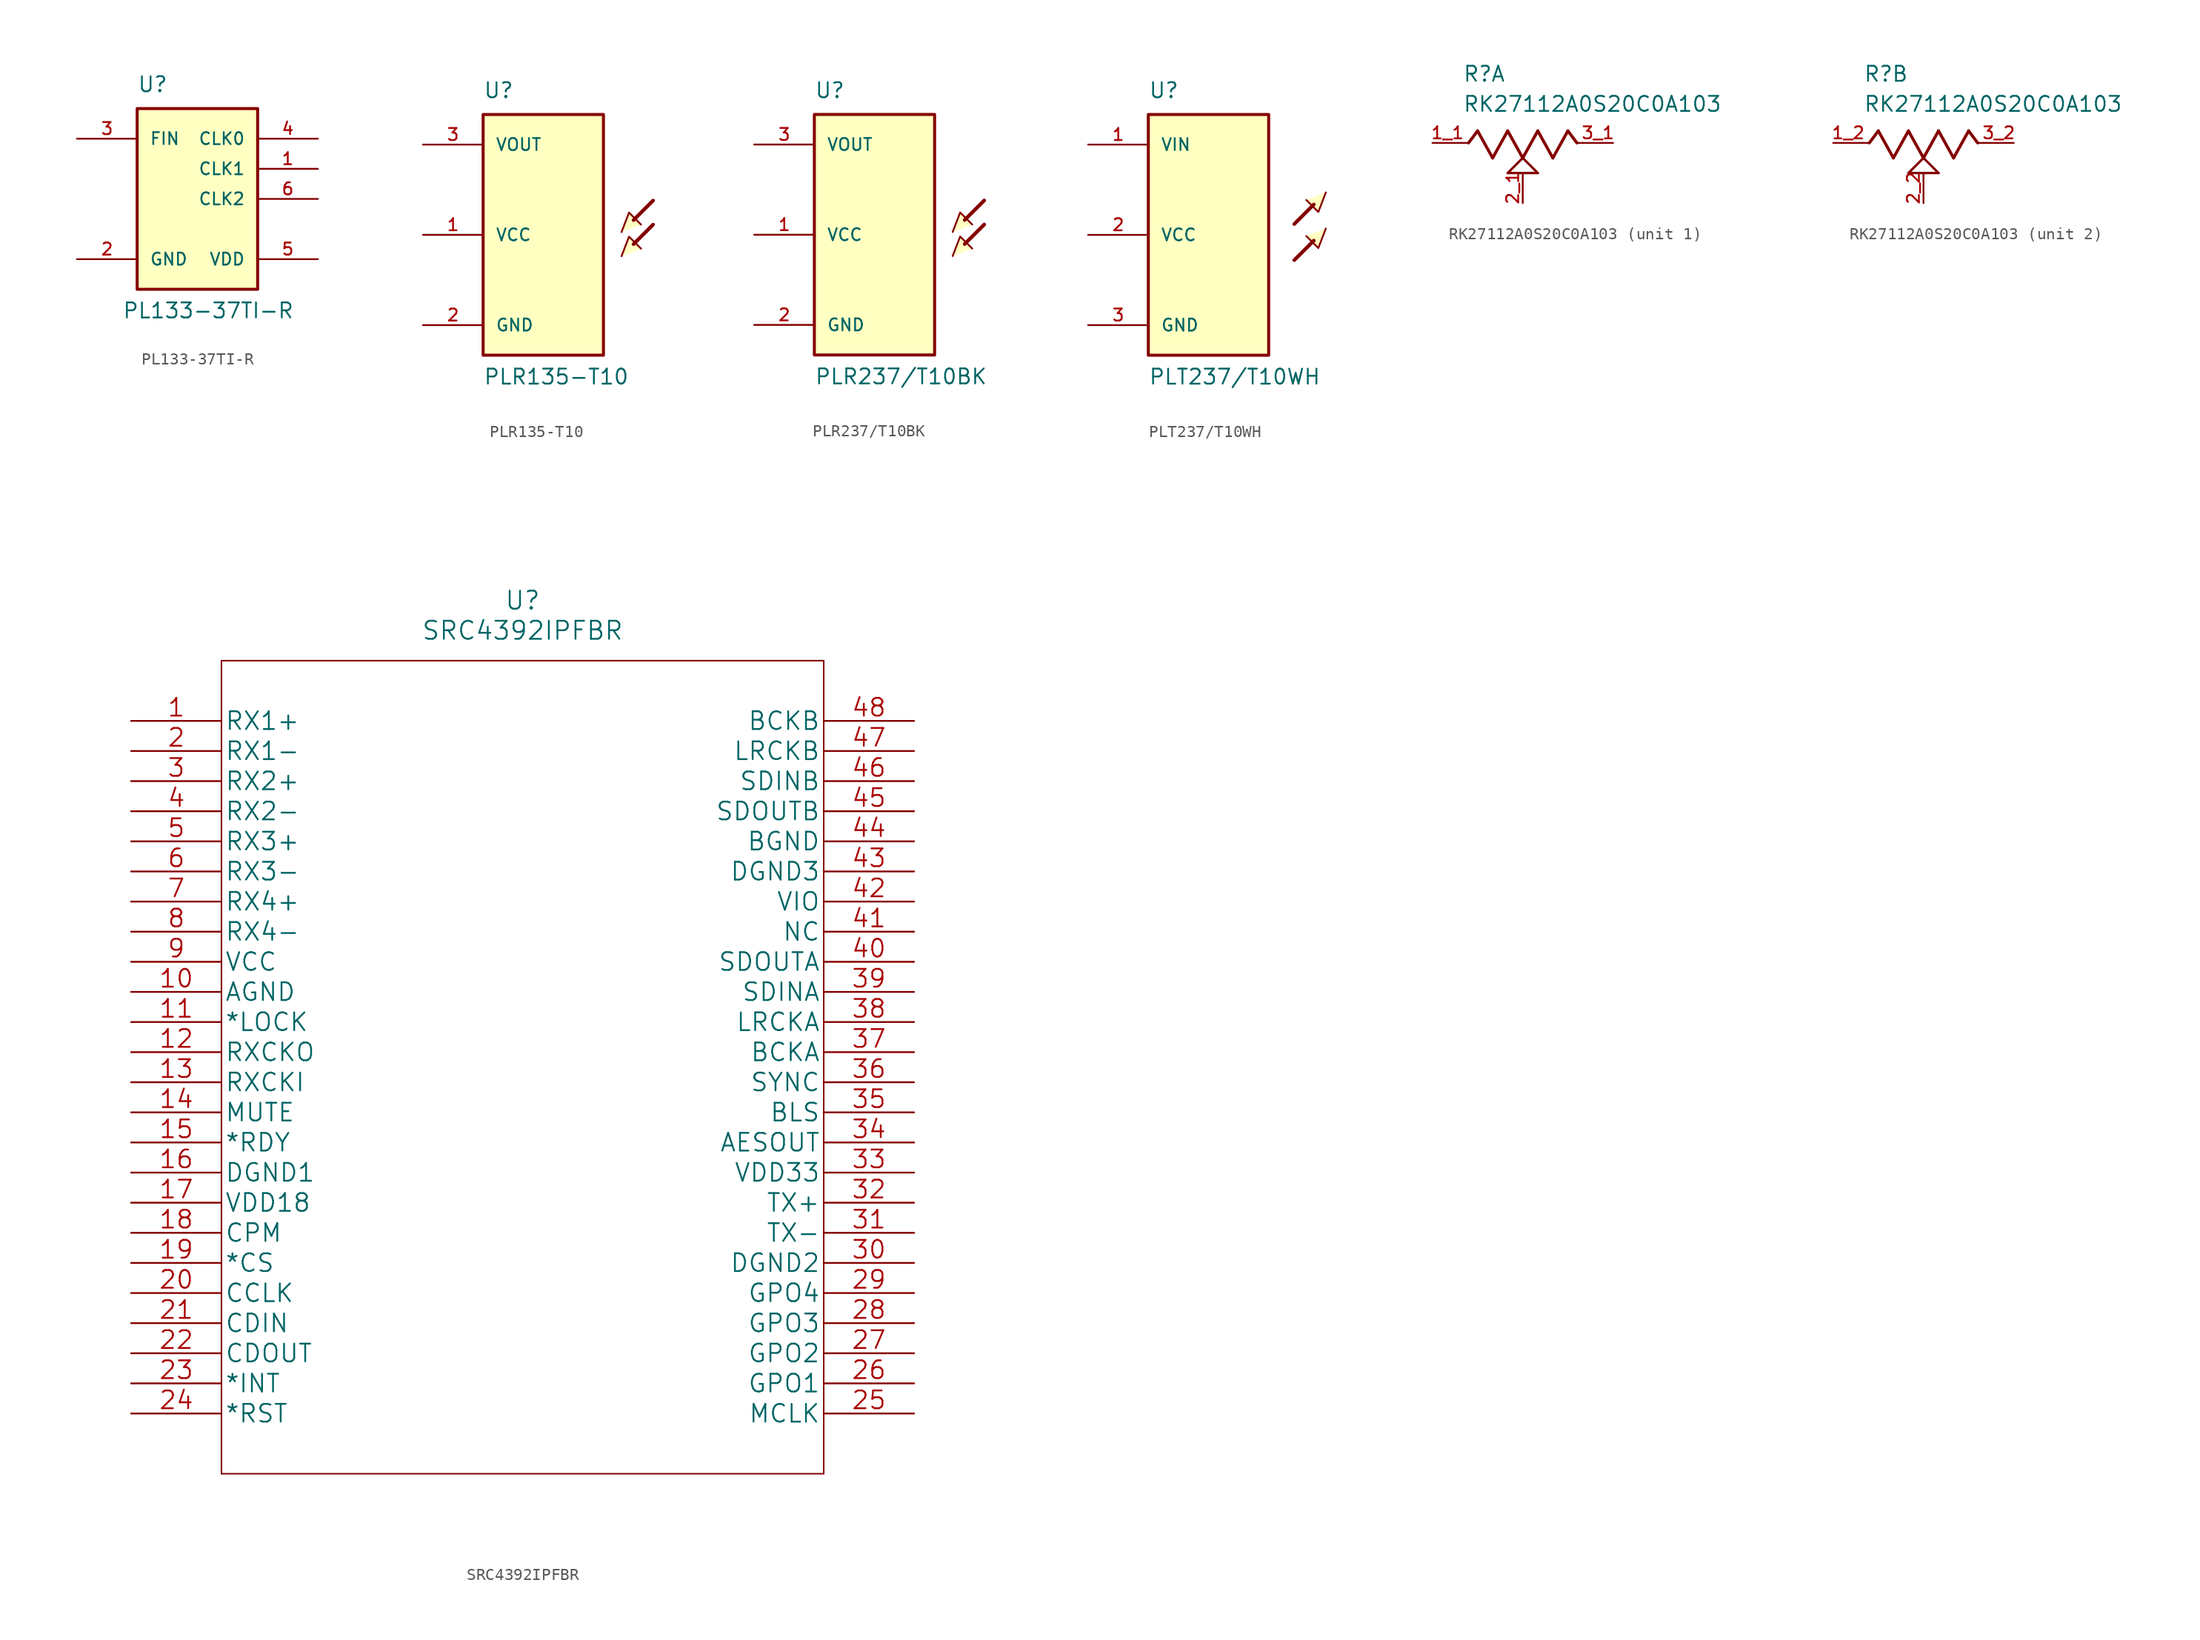
<source format=kicad_sym>
(kicad_symbol_lib
  (version 20231120)
  (generator "kicad_symbol_editor")
  (generator_version "8.0")
  (symbol "PL133-37TI-R"
    (pin_names
      (offset 1.016))
    (property "Reference" "U"
      (at -5.08 11.455 0)
      (effects (font (size 1.27 1.27)) (justify left bottom)))
    (property "Value" "PL133-37TI-R"
      (at -6.35 -7.62 0)
      (effects (font (size 1.27 1.27)) (justify left bottom)))
    (symbol "PL133-37TI-R_0_0"
      (rectangle (start -5.08 -5.08) (end 5.08 10.16) (stroke (width 0.254) (type solid)) (fill (type background)))
      (pin power_in line (at -10.16 -2.54 0) (length 5.08) (name "GND" (effects (font (size 1.016 1.016)))) (number "2" (effects (font (size 1.016 1.016)))))
      (pin input line (at -10.16 7.62 0) (length 5.08) (name "FIN" (effects (font (size 1.016 1.016)))) (number "3" (effects (font (size 1.016 1.016)))))
      (pin power_in line (at 10.16 -2.54 180) (length 5.08) (name "VDD" (effects (font (size 1.016 1.016)))) (number "5" (effects (font (size 1.016 1.016))))))
    (symbol "PL133-37TI-R_1_1"
      (pin output line (at 10.16 5.08 180) (length 5.08) (name "CLK1" (effects (font (size 1.016 1.016)))) (number "1" (effects (font (size 1.016 1.016)))))
      (pin output line (at 10.16 7.62 180) (length 5.08) (name "CLK0" (effects (font (size 1.016 1.016)))) (number "4" (effects (font (size 1.016 1.016)))))
      (pin output line (at 10.16 2.54 180) (length 5.08) (name "CLK2" (effects (font (size 1.016 1.016)))) (number "6" (effects (font (size 1.016 1.016)))))))
  (symbol "PLR135-T10"
    (pin_names
      (offset 1.016))
    (property "Reference" "U"
      (at -5.08 11.455 0)
      (effects (font (size 1.27 1.27)) (justify left bottom)))
    (property "Value" "PLR135-T10"
      (at -5.08 -12.725 0)
      (effects (font (size 1.27 1.27)) (justify left bottom)))
    (symbol "PLR135-T10_0_0"
      (rectangle (start -5.08 -10.16) (end 5.08 10.16) (stroke (width 0.254) (type solid)) (fill (type background)))
      (polyline (pts (xy 9.271 0.864) (xy 7.62 -0.787)) (stroke (width 0.305) (type solid)) (fill (type none)))
      (polyline (pts (xy 9.271 2.896) (xy 7.62 1.245)) (stroke (width 0.305) (type solid)) (fill (type none)))
      (polyline (pts (xy 6.604 -1.803) (xy 7.239 -0.152) (xy 8.255 -1.168)) (stroke (width 0.152) (type solid)) (fill (type background)))
      (polyline (pts (xy 6.604 0.229) (xy 7.239 1.88) (xy 8.255 0.864)) (stroke (width 0.152) (type solid)) (fill (type background)))
      (pin power_in line (at -10.16 0 0) (length 5.08) (name "VCC" (effects (font (size 1.016 1.016)))) (number "1" (effects (font (size 1.016 1.016)))))
      (pin power_in line (at -10.16 -7.62 0) (length 5.08) (name "GND" (effects (font (size 1.016 1.016)))) (number "2" (effects (font (size 1.016 1.016)))))
      (pin output line (at -10.16 7.62 0) (length 5.08) (name "VOUT" (effects (font (size 1.016 1.016)))) (number "3" (effects (font (size 1.016 1.016)))))))
  (symbol "PLR237/T10BK"
    (pin_names
      (offset 1.016))
    (property "Reference" "U"
      (at -5.08 11.455 0)
      (effects (font (size 1.27 1.27)) (justify left bottom)))
    (property "Value" "PLR237/T10BK"
      (at -5.08 -12.725 0)
      (effects (font (size 1.27 1.27)) (justify left bottom)))
    (symbol "PLR237/T10BK_0_0"
      (rectangle (start -5.08 10.16) (end 5.08 -10.16) (stroke (width 0.254) (type solid)) (fill (type background)))
      (polyline (pts (xy 9.271 0.864) (xy 7.62 -0.787)) (stroke (width 0.305) (type solid)) (fill (type none)))
      (polyline (pts (xy 9.271 2.896) (xy 7.62 1.245)) (stroke (width 0.305) (type solid)) (fill (type none)))
      (polyline (pts (xy 6.604 -1.803) (xy 7.239 -0.152) (xy 8.255 -1.168)) (stroke (width 0.152) (type solid)) (fill (type background)))
      (polyline (pts (xy 6.604 0.229) (xy 7.239 1.88) (xy 8.255 0.864)) (stroke (width 0.152) (type solid)) (fill (type background)))
      (pin power_in line (at -10.16 0 0) (length 5.08) (name "VCC" (effects (font (size 1.016 1.016)))) (number "1" (effects (font (size 1.016 1.016)))))
      (pin power_in line (at -10.16 -7.62 0) (length 5.08) (name "GND" (effects (font (size 1.016 1.016)))) (number "2" (effects (font (size 1.016 1.016)))))
      (pin output line (at -10.16 7.62 0) (length 5.08) (name "VOUT" (effects (font (size 1.016 1.016)))) (number "3" (effects (font (size 1.016 1.016)))))))
  (symbol "PLT237/T10WH"
    (pin_names
      (offset 1.016))
    (property "Reference" "U"
      (at -5.08 11.455 0)
      (effects (font (size 1.27 1.27)) (justify left bottom)))
    (property "Value" "PLT237/T10WH"
      (at -5.08 -12.725 0)
      (effects (font (size 1.27 1.27)) (justify left bottom)))
    (symbol "PLT237/T10WH_0_0"
      (rectangle (start -5.08 10.16) (end 5.08 -10.16) (stroke (width 0.254) (type solid)) (fill (type background)))
      (polyline (pts (xy 7.239 -2.134) (xy 8.89 -0.483)) (stroke (width 0.305) (type solid)) (fill (type none)))
      (polyline (pts (xy 7.239 0.914) (xy 8.89 2.565)) (stroke (width 0.305) (type solid)) (fill (type none)))
      (polyline (pts (xy 9.906 0.533) (xy 9.271 -1.118) (xy 8.255 -0.102)) (stroke (width 0.152) (type solid)) (fill (type background)))
      (polyline (pts (xy 9.906 3.581) (xy 9.271 1.93) (xy 8.255 2.946)) (stroke (width 0.152) (type solid)) (fill (type background))))
    (symbol "PLT237/T10WH_1_0"
      (pin output line (at -10.16 7.62 0) (length 5.08) (name "VIN" (effects (font (size 1.016 1.016)))) (number "1" (effects (font (size 1.016 1.016)))))
      (pin power_in line (at -10.16 0 0) (length 5.08) (name "VCC" (effects (font (size 1.016 1.016)))) (number "2" (effects (font (size 1.016 1.016)))))
      (pin power_in line (at -10.16 -7.62 0) (length 5.08) (name "GND" (effects (font (size 1.016 1.016)))) (number "3" (effects (font (size 1.016 1.016)))))))
  (symbol "RK27112A0S20C0A103"
    (pin_names
      (offset 1.016) hide)
    (property "Reference" "R"
      (at -5.08 5.08 0)
      (effects (font (size 1.27 1.27)) (justify left bottom)))
    (property "Value" "RK27112A0S20C0A103"
      (at -5.08 2.54 0)
      (effects (font (size 1.27 1.27)) (justify left bottom)))
    (property "ki_locked" ""
      (at 0 0 0)
      (effects (font (size 1.27 1.27))))
    (symbol "RK27112A0S20C0A103_1_0"
      (polyline (pts (xy -5.08 0) (xy -4.572 0)) (stroke (width 0.152) (type solid)) (fill (type none)))
      (polyline (pts (xy -4.572 0) (xy -3.81 1.016)) (stroke (width 0.254) (type solid)) (fill (type none)))
      (polyline (pts (xy -3.81 1.016) (xy -2.54 -1.27)) (stroke (width 0.254) (type solid)) (fill (type none)))
      (polyline (pts (xy -2.54 -1.27) (xy -1.27 1.016)) (stroke (width 0.254) (type solid)) (fill (type none)))
      (polyline (pts (xy -1.27 -2.54) (xy 0 -1.27)) (stroke (width 0.203) (type solid)) (fill (type none)))
      (polyline (pts (xy -1.27 1.016) (xy 0 -1.27)) (stroke (width 0.254) (type solid)) (fill (type none)))
      (polyline (pts (xy 0 -1.27) (xy 1.27 -2.54)) (stroke (width 0.203) (type solid)) (fill (type none)))
      (polyline (pts (xy 0 -1.27) (xy 1.27 1.016)) (stroke (width 0.254) (type solid)) (fill (type none)))
      (polyline (pts (xy 1.27 -2.54) (xy -1.27 -2.54)) (stroke (width 0.203) (type solid)) (fill (type none)))
      (polyline (pts (xy 1.27 1.016) (xy 2.54 -1.27)) (stroke (width 0.254) (type solid)) (fill (type none)))
      (polyline (pts (xy 2.54 -1.27) (xy 3.81 1.016)) (stroke (width 0.254) (type solid)) (fill (type none)))
      (polyline (pts (xy 3.81 1.016) (xy 4.572 0)) (stroke (width 0.254) (type solid)) (fill (type none)))
      (polyline (pts (xy 4.572 0) (xy 5.08 0)) (stroke (width 0.152) (type solid)) (fill (type none)))
      (pin passive line (at -7.62 0 0) (length 2.54) (name "~" (effects (font (size 1.016 1.016)))) (number "1_1" (effects (font (size 1.016 1.016)))))
      (pin passive line (at 0 -5.08 90) (length 2.54) (name "~" (effects (font (size 1.016 1.016)))) (number "2_1" (effects (font (size 1.016 1.016)))))
      (pin passive line (at 7.62 0 180) (length 2.54) (name "~" (effects (font (size 1.016 1.016)))) (number "3_1" (effects (font (size 1.016 1.016))))))
    (symbol "RK27112A0S20C0A103_2_0"
      (polyline (pts (xy -5.08 0) (xy -4.572 0)) (stroke (width 0.152) (type solid)) (fill (type none)))
      (polyline (pts (xy -4.572 0) (xy -3.81 1.016)) (stroke (width 0.254) (type solid)) (fill (type none)))
      (polyline (pts (xy -3.81 1.016) (xy -2.54 -1.27)) (stroke (width 0.254) (type solid)) (fill (type none)))
      (polyline (pts (xy -2.54 -1.27) (xy -1.27 1.016)) (stroke (width 0.254) (type solid)) (fill (type none)))
      (polyline (pts (xy -1.27 -2.54) (xy 0 -1.27)) (stroke (width 0.203) (type solid)) (fill (type none)))
      (polyline (pts (xy -1.27 1.016) (xy 0 -1.27)) (stroke (width 0.254) (type solid)) (fill (type none)))
      (polyline (pts (xy 0 -1.27) (xy 1.27 -2.54)) (stroke (width 0.203) (type solid)) (fill (type none)))
      (polyline (pts (xy 0 -1.27) (xy 1.27 1.016)) (stroke (width 0.254) (type solid)) (fill (type none)))
      (polyline (pts (xy 1.27 -2.54) (xy -1.27 -2.54)) (stroke (width 0.203) (type solid)) (fill (type none)))
      (polyline (pts (xy 1.27 1.016) (xy 2.54 -1.27)) (stroke (width 0.254) (type solid)) (fill (type none)))
      (polyline (pts (xy 2.54 -1.27) (xy 3.81 1.016)) (stroke (width 0.254) (type solid)) (fill (type none)))
      (polyline (pts (xy 3.81 1.016) (xy 4.572 0)) (stroke (width 0.254) (type solid)) (fill (type none)))
      (polyline (pts (xy 4.572 0) (xy 5.08 0)) (stroke (width 0.152) (type solid)) (fill (type none)))
      (pin passive line (at -7.62 0 0) (length 2.54) (name "~" (effects (font (size 1.016 1.016)))) (number "1_2" (effects (font (size 1.016 1.016)))))
      (pin passive line (at 0 -5.08 90) (length 2.54) (name "~" (effects (font (size 1.016 1.016)))) (number "2_2" (effects (font (size 1.016 1.016)))))
      (pin passive line (at 7.62 0 180) (length 2.54) (name "~" (effects (font (size 1.016 1.016)))) (number "3_2" (effects (font (size 1.016 1.016)))))))
  (symbol "SRC4392IPFBR"
    (pin_names
      (offset 0.254))
    (property "Reference" "U"
      (at 33.02 10.16 0)
      (effects (font (size 1.524 1.524))))
    (property "Value" "SRC4392IPFBR"
      (at 33.02 7.62 0)
      (effects (font (size 1.524 1.524))))
    (property "Datasheet" ""
      (at 0 0 0)
      (effects (font (size 1.524 1.524))))
    (property "ki_locked" ""
      (at 0 0 0)
      (effects (font (size 1.27 1.27))))
    (symbol "SRC4392IPFBR_1_1"
      (polyline (pts (xy 7.62 -63.5) (xy 58.42 -63.5)) (stroke (width 0.127) (type solid)) (fill (type none)))
      (polyline (pts (xy 7.62 5.08) (xy 7.62 -63.5)) (stroke (width 0.127) (type solid)) (fill (type none)))
      (polyline (pts (xy 58.42 -63.5) (xy 58.42 5.08)) (stroke (width 0.127) (type solid)) (fill (type none)))
      (polyline (pts (xy 58.42 5.08) (xy 7.62 5.08)) (stroke (width 0.127) (type solid)) (fill (type none)))
      (pin input line (at 0 0 0) (length 7.62) (name "RX1+" (effects (font (size 1.499 1.499)))) (number "1" (effects (font (size 1.499 1.499)))))
      (pin power_in line (at 0 -22.86 0) (length 7.62) (name "AGND" (effects (font (size 1.499 1.499)))) (number "10" (effects (font (size 1.499 1.499)))))
      (pin output line (at 0 -25.4 0) (length 7.62) (name "*LOCK" (effects (font (size 1.499 1.499)))) (number "11" (effects (font (size 1.499 1.499)))))
      (pin output line (at 0 -27.94 0) (length 7.62) (name "RXCKO" (effects (font (size 1.499 1.499)))) (number "12" (effects (font (size 1.499 1.499)))))
      (pin input line (at 0 -30.48 0) (length 7.62) (name "RXCKI" (effects (font (size 1.499 1.499)))) (number "13" (effects (font (size 1.499 1.499)))))
      (pin input line (at 0 -33.02 0) (length 7.62) (name "MUTE" (effects (font (size 1.499 1.499)))) (number "14" (effects (font (size 1.499 1.499)))))
      (pin output line (at 0 -35.56 0) (length 7.62) (name "*RDY" (effects (font (size 1.499 1.499)))) (number "15" (effects (font (size 1.499 1.499)))))
      (pin power_in line (at 0 -38.1 0) (length 7.62) (name "DGND1" (effects (font (size 1.499 1.499)))) (number "16" (effects (font (size 1.499 1.499)))))
      (pin power_in line (at 0 -40.64 0) (length 7.62) (name "VDD18" (effects (font (size 1.499 1.499)))) (number "17" (effects (font (size 1.499 1.499)))))
      (pin input line (at 0 -43.18 0) (length 7.62) (name "CPM" (effects (font (size 1.499 1.499)))) (number "18" (effects (font (size 1.499 1.499)))))
      (pin input line (at 0 -45.72 0) (length 7.62) (name "*CS" (effects (font (size 1.499 1.499)))) (number "19" (effects (font (size 1.499 1.499)))))
      (pin input line (at 0 -2.54 0) (length 7.62) (name "RX1-" (effects (font (size 1.499 1.499)))) (number "2" (effects (font (size 1.499 1.499)))))
      (pin input line (at 0 -48.26 0) (length 7.62) (name "CCLK" (effects (font (size 1.499 1.499)))) (number "20" (effects (font (size 1.499 1.499)))))
      (pin input line (at 0 -50.8 0) (length 7.62) (name "CDIN" (effects (font (size 1.499 1.499)))) (number "21" (effects (font (size 1.499 1.499)))))
      (pin bidirectional line (at 0 -53.34 0) (length 7.62) (name "CDOUT" (effects (font (size 1.499 1.499)))) (number "22" (effects (font (size 1.499 1.499)))))
      (pin output line (at 0 -55.88 0) (length 7.62) (name "*INT" (effects (font (size 1.499 1.499)))) (number "23" (effects (font (size 1.499 1.499)))))
      (pin input line (at 0 -58.42 0) (length 7.62) (name "*RST" (effects (font (size 1.499 1.499)))) (number "24" (effects (font (size 1.499 1.499)))))
      (pin input line (at 66.04 -58.42 180) (length 7.62) (name "MCLK" (effects (font (size 1.499 1.499)))) (number "25" (effects (font (size 1.499 1.499)))))
      (pin output line (at 66.04 -55.88 180) (length 7.62) (name "GPO1" (effects (font (size 1.499 1.499)))) (number "26" (effects (font (size 1.499 1.499)))))
      (pin output line (at 66.04 -53.34 180) (length 7.62) (name "GPO2" (effects (font (size 1.499 1.499)))) (number "27" (effects (font (size 1.499 1.499)))))
      (pin output line (at 66.04 -50.8 180) (length 7.62) (name "GPO3" (effects (font (size 1.499 1.499)))) (number "28" (effects (font (size 1.499 1.499)))))
      (pin output line (at 66.04 -48.26 180) (length 7.62) (name "GPO4" (effects (font (size 1.499 1.499)))) (number "29" (effects (font (size 1.499 1.499)))))
      (pin input line (at 0 -5.08 0) (length 7.62) (name "RX2+" (effects (font (size 1.499 1.499)))) (number "3" (effects (font (size 1.499 1.499)))))
      (pin power_in line (at 66.04 -45.72 180) (length 7.62) (name "DGND2" (effects (font (size 1.499 1.499)))) (number "30" (effects (font (size 1.499 1.499)))))
      (pin output line (at 66.04 -43.18 180) (length 7.62) (name "TX-" (effects (font (size 1.499 1.499)))) (number "31" (effects (font (size 1.499 1.499)))))
      (pin output line (at 66.04 -40.64 180) (length 7.62) (name "TX+" (effects (font (size 1.499 1.499)))) (number "32" (effects (font (size 1.499 1.499)))))
      (pin power_in line (at 66.04 -38.1 180) (length 7.62) (name "VDD33" (effects (font (size 1.499 1.499)))) (number "33" (effects (font (size 1.499 1.499)))))
      (pin output line (at 66.04 -35.56 180) (length 7.62) (name "AESOUT" (effects (font (size 1.499 1.499)))) (number "34" (effects (font (size 1.499 1.499)))))
      (pin bidirectional line (at 66.04 -33.02 180) (length 7.62) (name "BLS" (effects (font (size 1.499 1.499)))) (number "35" (effects (font (size 1.499 1.499)))))
      (pin output line (at 66.04 -30.48 180) (length 7.62) (name "SYNC" (effects (font (size 1.499 1.499)))) (number "36" (effects (font (size 1.499 1.499)))))
      (pin bidirectional line (at 66.04 -27.94 180) (length 7.62) (name "BCKA" (effects (font (size 1.499 1.499)))) (number "37" (effects (font (size 1.499 1.499)))))
      (pin bidirectional line (at 66.04 -25.4 180) (length 7.62) (name "LRCKA" (effects (font (size 1.499 1.499)))) (number "38" (effects (font (size 1.499 1.499)))))
      (pin input line (at 66.04 -22.86 180) (length 7.62) (name "SDINA" (effects (font (size 1.499 1.499)))) (number "39" (effects (font (size 1.499 1.499)))))
      (pin input line (at 0 -7.62 0) (length 7.62) (name "RX2-" (effects (font (size 1.499 1.499)))) (number "4" (effects (font (size 1.499 1.499)))))
      (pin output line (at 66.04 -20.32 180) (length 7.62) (name "SDOUTA" (effects (font (size 1.499 1.499)))) (number "40" (effects (font (size 1.499 1.499)))))
      (pin unspecified line (at 66.04 -17.78 180) (length 7.62) (name "NC" (effects (font (size 1.499 1.499)))) (number "41" (effects (font (size 1.499 1.499)))))
      (pin power_in line (at 66.04 -15.24 180) (length 7.62) (name "VIO" (effects (font (size 1.499 1.499)))) (number "42" (effects (font (size 1.499 1.499)))))
      (pin power_in line (at 66.04 -12.7 180) (length 7.62) (name "DGND3" (effects (font (size 1.499 1.499)))) (number "43" (effects (font (size 1.499 1.499)))))
      (pin power_in line (at 66.04 -10.16 180) (length 7.62) (name "BGND" (effects (font (size 1.499 1.499)))) (number "44" (effects (font (size 1.499 1.499)))))
      (pin output line (at 66.04 -7.62 180) (length 7.62) (name "SDOUTB" (effects (font (size 1.499 1.499)))) (number "45" (effects (font (size 1.499 1.499)))))
      (pin input line (at 66.04 -5.08 180) (length 7.62) (name "SDINB" (effects (font (size 1.499 1.499)))) (number "46" (effects (font (size 1.499 1.499)))))
      (pin bidirectional line (at 66.04 -2.54 180) (length 7.62) (name "LRCKB" (effects (font (size 1.499 1.499)))) (number "47" (effects (font (size 1.499 1.499)))))
      (pin bidirectional line (at 66.04 0 180) (length 7.62) (name "BCKB" (effects (font (size 1.499 1.499)))) (number "48" (effects (font (size 1.499 1.499)))))
      (pin input line (at 0 -10.16 0) (length 7.62) (name "RX3+" (effects (font (size 1.499 1.499)))) (number "5" (effects (font (size 1.499 1.499)))))
      (pin input line (at 0 -12.7 0) (length 7.62) (name "RX3-" (effects (font (size 1.499 1.499)))) (number "6" (effects (font (size 1.499 1.499)))))
      (pin input line (at 0 -15.24 0) (length 7.62) (name "RX4+" (effects (font (size 1.499 1.499)))) (number "7" (effects (font (size 1.499 1.499)))))
      (pin input line (at 0 -17.78 0) (length 7.62) (name "RX4-" (effects (font (size 1.499 1.499)))) (number "8" (effects (font (size 1.499 1.499)))))
      (pin power_in line (at 0 -20.32 0) (length 7.62) (name "VCC" (effects (font (size 1.499 1.499)))) (number "9" (effects (font (size 1.499 1.499))))))))
</source>
